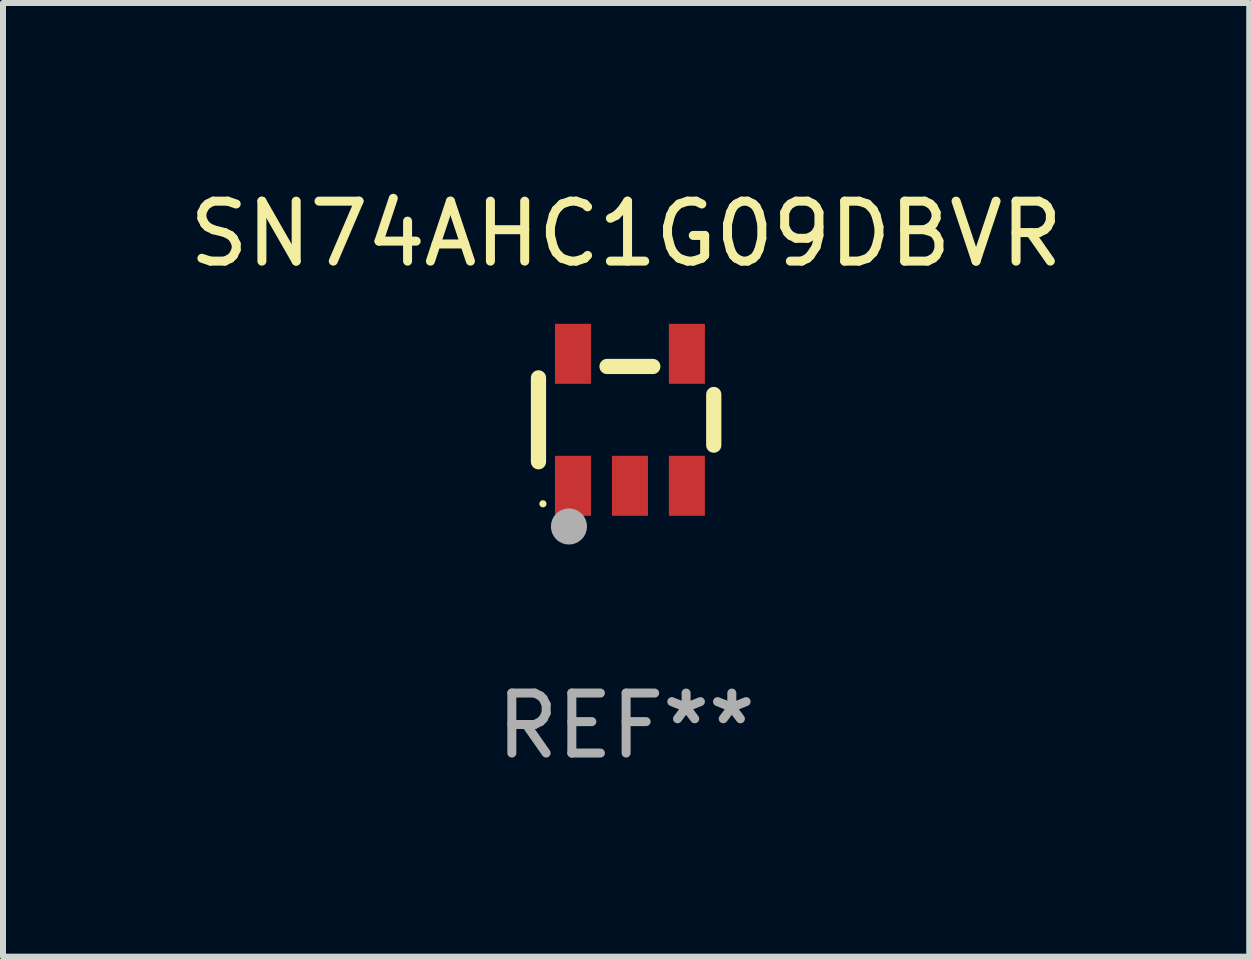
<source format=kicad_pcb>
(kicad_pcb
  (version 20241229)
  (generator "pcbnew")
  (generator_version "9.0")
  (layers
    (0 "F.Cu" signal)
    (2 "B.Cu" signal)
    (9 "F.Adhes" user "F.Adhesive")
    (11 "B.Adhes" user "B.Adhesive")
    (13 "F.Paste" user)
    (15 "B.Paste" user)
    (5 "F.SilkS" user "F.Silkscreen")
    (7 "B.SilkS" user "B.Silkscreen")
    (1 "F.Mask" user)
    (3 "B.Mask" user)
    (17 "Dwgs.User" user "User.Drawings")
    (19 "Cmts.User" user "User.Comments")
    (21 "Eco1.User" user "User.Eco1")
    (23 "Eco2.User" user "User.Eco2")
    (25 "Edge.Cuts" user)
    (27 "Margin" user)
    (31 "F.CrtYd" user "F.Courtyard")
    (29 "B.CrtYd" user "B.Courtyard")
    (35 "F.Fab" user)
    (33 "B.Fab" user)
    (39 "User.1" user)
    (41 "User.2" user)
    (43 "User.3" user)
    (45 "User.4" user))
  (footprint "SN74AHC1G09DBVR"
    (layer "F.Cu")
    (at 7.387 3.948)
    (property "Reference" "SN74AHC1G09DBVR" (at 0 -3.1 0) (layer "F.SilkS") (effects (font (size 1 1) (thickness 0.15))))
    (attr through_hole)
    (fp_line (start -1.461 -0.699) (end -1.461 0.699) (stroke (width 0.254) (type solid)) (layer "F.SilkS"))
    (fp_line (start -0.318 -0.889) (end 0.445 -0.889) (stroke (width 0.254) (type solid)) (layer "F.SilkS"))
    (fp_line (start 1.461 -0.422) (end 1.461 0.422) (stroke (width 0.254) (type solid)) (layer "F.SilkS"))
    (fp_circle (center -1.387 1.4) (end -1.357 1.4) (stroke (width 0.06) (type solid)) (fill no) (layer "F.SilkS"))
    (fp_circle (center -0.953 1.778) (end -0.802 1.778) (stroke (width 0.3) (type solid)) (fill no) (layer "F.Fab"))
    (fp_text user "REF**" (at 0 5.1 0) (layer "F.Fab") (effects (font (size 1 1) (thickness 0.15))))
    (pad "1" smd rect (at -0.886 1.1) (size 0.6 1) (layers "F.Cu" "F.Mask" "F.Paste"))
    (pad "2" smd rect (at 0.064 1.1) (size 0.6 1) (layers "F.Cu" "F.Mask" "F.Paste"))
    (pad "3" smd rect (at 1.013 1.1) (size 0.6 1) (layers "F.Cu" "F.Mask" "F.Paste"))
    (pad "4" smd rect (at 1.013 -1.1) (size 0.6 1) (layers "F.Cu" "F.Mask" "F.Paste"))
    (pad "5" smd rect (at -0.886 -1.1) (size 0.6 1) (layers "F.Cu" "F.Mask" "F.Paste")))
  (gr_rect
    (start -3 -3)
    (end 17.774 12.897)
    (stroke (width 0.1) (type default))
    (fill no)
    (layer "Edge.Cuts")))
</source>
